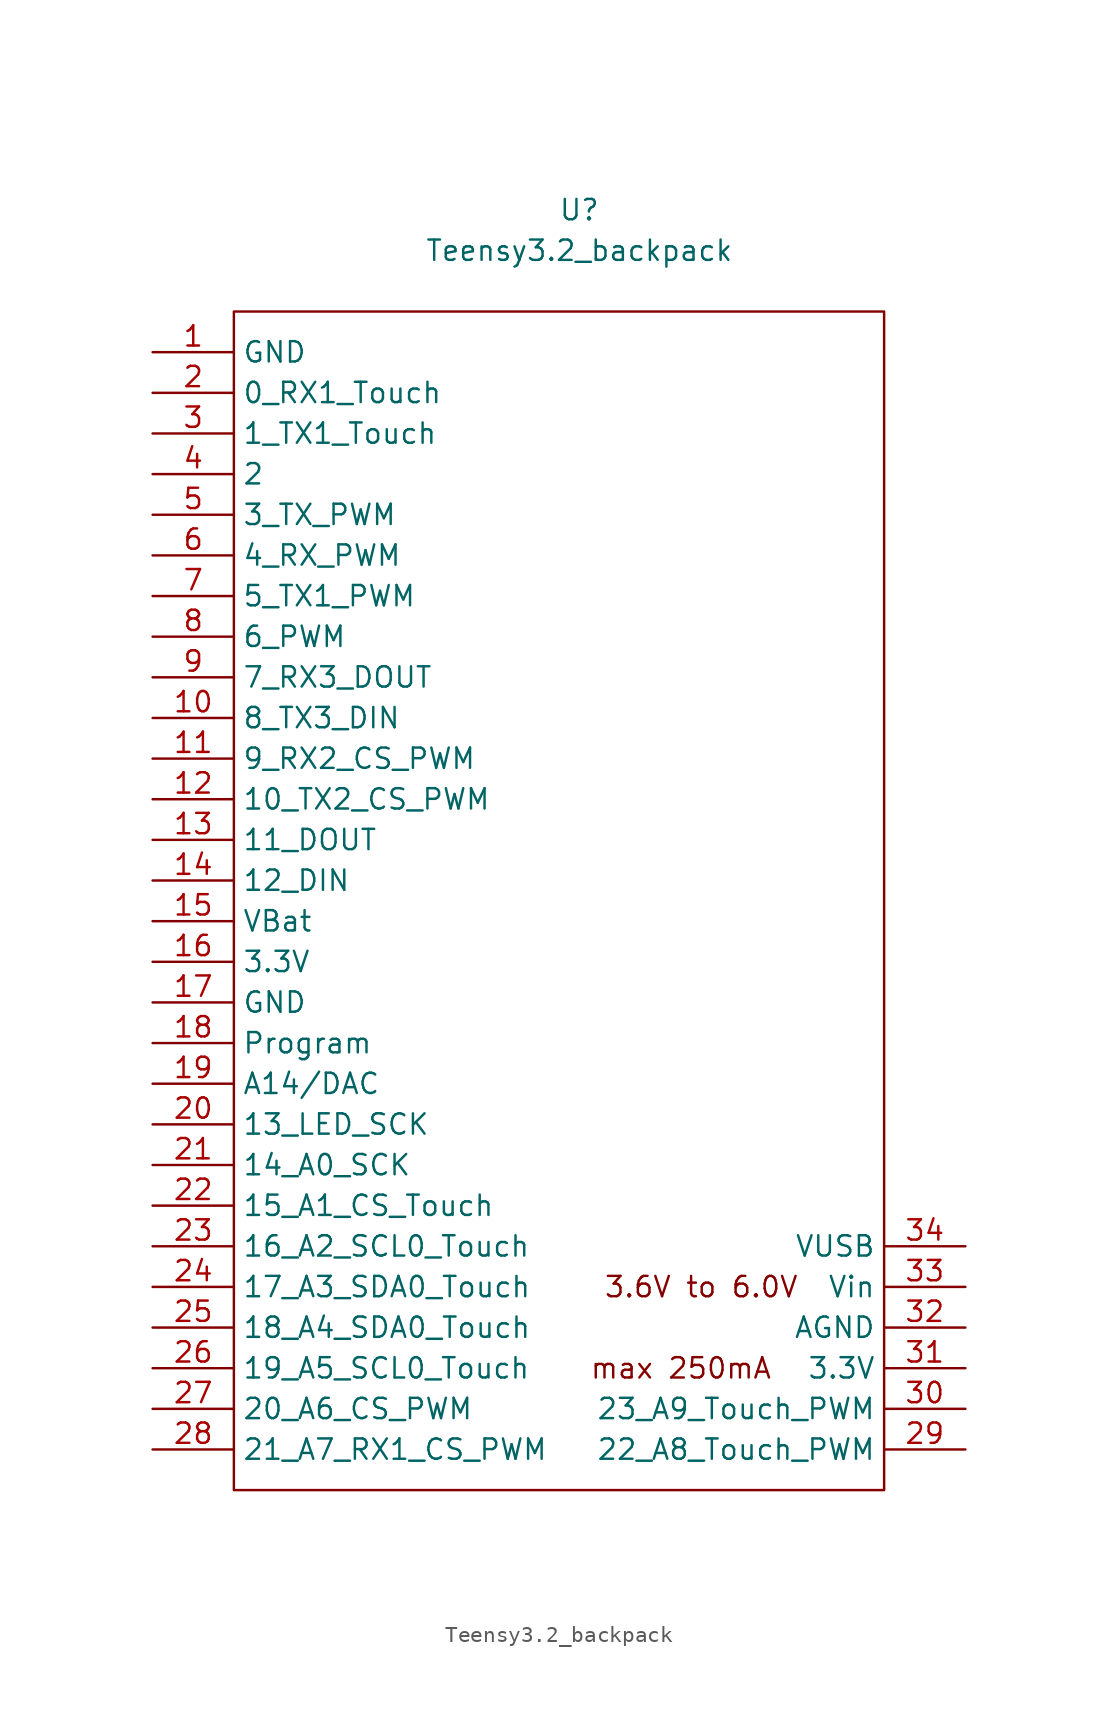
<source format=kicad_sym>
(kicad_symbol_lib
  (version 20211014)
  (generator kicad_symbol_editor)
  (symbol "Teensy3.2_backpack"
    (property "Reference" "U"
      (at 0 0 0)
      (effects (font (size 1.27 1.27))))
    (property "Value" "Teensy3.2_backpack"
      (at 0 -2.54 0)
      (effects (font (size 1.27 1.27))))
    (symbol "Teensy3.2_backpack_0_0"
      (text "3.6V to 6.0V" (at 7.62 -67.31 0) (effects (font (size 1.27 1.27))))
      (text "max 250mA" (at 6.35 -72.39 0) (effects (font (size 1.27 1.27)))))
    (symbol "Teensy3.2_backpack_0_1"
      (rectangle (start -21.59 -80.01) (end 19.05 -6.35) (stroke (width 0) (type default) (color 0 0 0 0)) (fill (type none))))
    (symbol "Teensy3.2_backpack_1_1"
      (pin power_in line (at -26.67 -8.89 0) (length 5.08) (name "GND" (effects (font (size 1.27 1.27)))) (number "1" (effects (font (size 1.27 1.27)))))
      (pin bidirectional line (at -26.67 -31.75 0) (length 5.08) (name "8_TX3_DIN" (effects (font (size 1.27 1.27)))) (number "10" (effects (font (size 1.27 1.27)))))
      (pin bidirectional line (at -26.67 -34.29 0) (length 5.08) (name "9_RX2_CS_PWM" (effects (font (size 1.27 1.27)))) (number "11" (effects (font (size 1.27 1.27)))))
      (pin bidirectional line (at -26.67 -36.83 0) (length 5.08) (name "10_TX2_CS_PWM" (effects (font (size 1.27 1.27)))) (number "12" (effects (font (size 1.27 1.27)))))
      (pin bidirectional line (at -26.67 -39.37 0) (length 5.08) (name "11_DOUT" (effects (font (size 1.27 1.27)))) (number "13" (effects (font (size 1.27 1.27)))))
      (pin bidirectional line (at -26.67 -41.91 0) (length 5.08) (name "12_DIN" (effects (font (size 1.27 1.27)))) (number "14" (effects (font (size 1.27 1.27)))))
      (pin power_in line (at -26.67 -44.45 0) (length 5.08) (name "VBat" (effects (font (size 1.27 1.27)))) (number "15" (effects (font (size 1.27 1.27)))))
      (pin power_out line (at -26.67 -46.99 0) (length 5.08) (name "3.3V" (effects (font (size 1.27 1.27)))) (number "16" (effects (font (size 1.27 1.27)))))
      (pin power_in line (at -26.67 -49.53 0) (length 5.08) (name "GND" (effects (font (size 1.27 1.27)))) (number "17" (effects (font (size 1.27 1.27)))))
      (pin input line (at -26.67 -52.07 0) (length 5.08) (name "Program" (effects (font (size 1.27 1.27)))) (number "18" (effects (font (size 1.27 1.27)))))
      (pin bidirectional line (at -26.67 -54.61 0) (length 5.08) (name "A14/DAC" (effects (font (size 1.27 1.27)))) (number "19" (effects (font (size 1.27 1.27)))))
      (pin bidirectional line (at -26.67 -11.43 0) (length 5.08) (name "0_RX1_Touch" (effects (font (size 1.27 1.27)))) (number "2" (effects (font (size 1.27 1.27)))))
      (pin bidirectional line (at -26.67 -57.15 0) (length 5.08) (name "13_LED_SCK" (effects (font (size 1.27 1.27)))) (number "20" (effects (font (size 1.27 1.27)))))
      (pin bidirectional line (at -26.67 -59.69 0) (length 5.08) (name "14_A0_SCK" (effects (font (size 1.27 1.27)))) (number "21" (effects (font (size 1.27 1.27)))))
      (pin bidirectional line (at -26.67 -62.23 0) (length 5.08) (name "15_A1_CS_Touch" (effects (font (size 1.27 1.27)))) (number "22" (effects (font (size 1.27 1.27)))))
      (pin bidirectional line (at -26.67 -64.77 0) (length 5.08) (name "16_A2_SCL0_Touch" (effects (font (size 1.27 1.27)))) (number "23" (effects (font (size 1.27 1.27)))))
      (pin bidirectional line (at -26.67 -67.31 0) (length 5.08) (name "17_A3_SDA0_Touch" (effects (font (size 1.27 1.27)))) (number "24" (effects (font (size 1.27 1.27)))))
      (pin bidirectional line (at -26.67 -69.85 0) (length 5.08) (name "18_A4_SDA0_Touch" (effects (font (size 1.27 1.27)))) (number "25" (effects (font (size 1.27 1.27)))))
      (pin bidirectional line (at -26.67 -72.39 0) (length 5.08) (name "19_A5_SCL0_Touch" (effects (font (size 1.27 1.27)))) (number "26" (effects (font (size 1.27 1.27)))))
      (pin bidirectional line (at -26.67 -74.93 0) (length 5.08) (name "20_A6_CS_PWM" (effects (font (size 1.27 1.27)))) (number "27" (effects (font (size 1.27 1.27)))))
      (pin bidirectional line (at -26.67 -77.47 0) (length 5.08) (name "21_A7_RX1_CS_PWM" (effects (font (size 1.27 1.27)))) (number "28" (effects (font (size 1.27 1.27)))))
      (pin bidirectional line (at 24.13 -77.47 180) (length 5.08) (name "22_A8_Touch_PWM" (effects (font (size 1.27 1.27)))) (number "29" (effects (font (size 1.27 1.27)))))
      (pin bidirectional line (at -26.67 -13.97 0) (length 5.08) (name "1_TX1_Touch" (effects (font (size 1.27 1.27)))) (number "3" (effects (font (size 1.27 1.27)))))
      (pin bidirectional line (at 24.13 -74.93 180) (length 5.08) (name "23_A9_Touch_PWM" (effects (font (size 1.27 1.27)))) (number "30" (effects (font (size 1.27 1.27)))))
      (pin power_out line (at 24.13 -72.39 180) (length 5.08) (name "3.3V" (effects (font (size 1.27 1.27)))) (number "31" (effects (font (size 1.27 1.27)))))
      (pin power_out line (at 24.13 -69.85 180) (length 5.08) (name "AGND" (effects (font (size 1.27 1.27)))) (number "32" (effects (font (size 1.27 1.27)))))
      (pin power_in line (at 24.13 -67.31 180) (length 5.08) (name "Vin" (effects (font (size 1.27 1.27)))) (number "33" (effects (font (size 1.27 1.27)))))
      (pin power_in line (at 24.13 -64.77 180) (length 5.08) (name "VUSB" (effects (font (size 1.27 1.27)))) (number "34" (effects (font (size 1.27 1.27)))))
      (pin bidirectional line (at -26.67 -16.51 0) (length 5.08) (name "2" (effects (font (size 1.27 1.27)))) (number "4" (effects (font (size 1.27 1.27)))))
      (pin bidirectional line (at -26.67 -19.05 0) (length 5.08) (name "3_TX_PWM" (effects (font (size 1.27 1.27)))) (number "5" (effects (font (size 1.27 1.27)))))
      (pin bidirectional line (at -26.67 -21.59 0) (length 5.08) (name "4_RX_PWM" (effects (font (size 1.27 1.27)))) (number "6" (effects (font (size 1.27 1.27)))))
      (pin bidirectional line (at -26.67 -24.13 0) (length 5.08) (name "5_TX1_PWM" (effects (font (size 1.27 1.27)))) (number "7" (effects (font (size 1.27 1.27)))))
      (pin bidirectional line (at -26.67 -26.67 0) (length 5.08) (name "6_PWM" (effects (font (size 1.27 1.27)))) (number "8" (effects (font (size 1.27 1.27)))))
      (pin bidirectional line (at -26.67 -29.21 0) (length 5.08) (name "7_RX3_DOUT" (effects (font (size 1.27 1.27)))) (number "9" (effects (font (size 1.27 1.27))))))))
</source>
